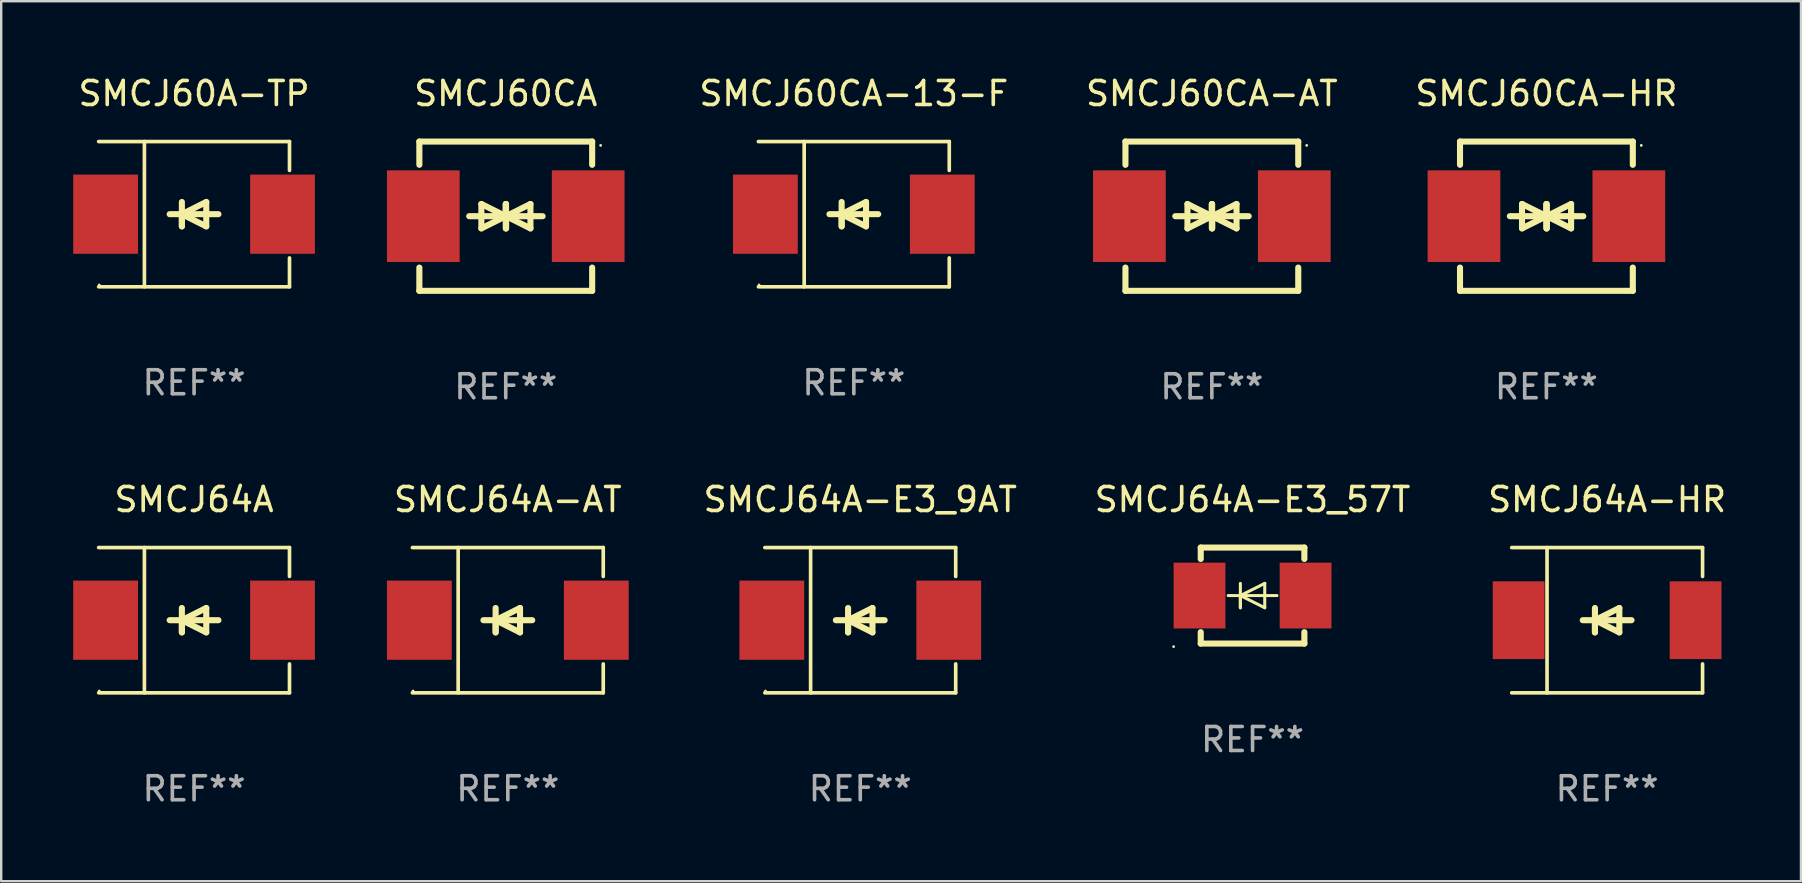
<source format=kicad_pcb>
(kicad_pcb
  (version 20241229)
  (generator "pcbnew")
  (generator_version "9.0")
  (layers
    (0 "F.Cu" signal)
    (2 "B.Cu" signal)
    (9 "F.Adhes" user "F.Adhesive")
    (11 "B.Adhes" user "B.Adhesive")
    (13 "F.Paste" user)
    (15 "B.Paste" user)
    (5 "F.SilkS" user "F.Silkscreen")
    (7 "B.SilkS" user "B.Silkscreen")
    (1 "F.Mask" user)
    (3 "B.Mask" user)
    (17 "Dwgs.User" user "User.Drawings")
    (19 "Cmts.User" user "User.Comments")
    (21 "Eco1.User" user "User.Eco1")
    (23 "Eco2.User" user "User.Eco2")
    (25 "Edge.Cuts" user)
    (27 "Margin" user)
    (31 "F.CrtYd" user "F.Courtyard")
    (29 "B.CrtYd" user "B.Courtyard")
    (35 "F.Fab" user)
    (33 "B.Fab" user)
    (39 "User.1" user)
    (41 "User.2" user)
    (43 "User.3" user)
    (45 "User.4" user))
  (footprint "SMCJ60A-TP"
    (layer "F.Cu")
    (at 5.036 5.874)
    (property "Reference" "SMCJ60A-TP" (at 0 -5.026 0) (layer "F.SilkS") (effects (font (size 1 1) (thickness 0.15))))
    (attr through_hole)
    (fp_line (start -3.976 -3.026) (end 3.976 -3.026) (stroke (width 0.152) (type solid)) (layer "F.SilkS"))
    (fp_line (start -3.976 3.026) (end 3.976 3.026) (stroke (width 0.152) (type solid)) (layer "F.SilkS"))
    (fp_line (start -2.069 -3.026) (end -2.069 3.026) (stroke (width 0.152) (type solid)) (layer "F.SilkS"))
    (fp_line (start -0.508 0) (end -0.508 0.508) (stroke (width 0.254) (type solid)) (layer "F.SilkS"))
    (fp_line (start -0.508 0) (end 0.508 0.508) (stroke (width 0.254) (type solid)) (layer "F.SilkS"))
    (fp_line (start -0.508 0.508) (end -0.508 -0.508) (stroke (width 0.254) (type solid)) (layer "F.SilkS"))
    (fp_line (start 0.508 -0.508) (end -0.508 0) (stroke (width 0.254) (type solid)) (layer "F.SilkS"))
    (fp_line (start 0.508 0.508) (end 0.508 -0.508) (stroke (width 0.254) (type solid)) (layer "F.SilkS"))
    (fp_line (start 1.016 0) (end -1.016 0) (stroke (width 0.254) (type solid)) (layer "F.SilkS"))
    (fp_line (start 3.976 -3.026) (end 3.976 -1.823) (stroke (width 0.152) (type solid)) (layer "F.SilkS"))
    (fp_line (start 3.976 3.026) (end 3.976 1.823) (stroke (width 0.152) (type solid)) (layer "F.SilkS"))
    (fp_circle (center -3.95 2.95) (end -3.92 2.95) (stroke (width 0.06) (type solid)) (fill no) (layer "F.SilkS"))
    (fp_text user "REF**" (at 0 7.026 0) (layer "F.Fab") (effects (font (size 1 1) (thickness 0.15))))
    (pad "1" smd rect (at -3.686 0) (size 2.7 3.3) (layers "F.Cu" "F.Mask" "F.Paste"))
    (pad "2" smd rect (at 3.686 0) (size 2.7 3.3) (layers "F.Cu" "F.Mask" "F.Paste")))
  (footprint "SMCJ60CA"
    (layer "F.Cu")
    (at 18.023 5.958)
    (property "Reference" "SMCJ60CA" (at 0 -5.11 0) (layer "F.SilkS") (effects (font (size 1 1) (thickness 0.15))))
    (attr through_hole)
    (fp_line (start -3.6 -2.141) (end -3.6 -3.11) (stroke (width 0.254) (type solid)) (layer "F.SilkS"))
    (fp_line (start -3.6 3.11) (end -3.6 2.141) (stroke (width 0.254) (type solid)) (layer "F.SilkS"))
    (fp_line (start -1.524 0) (end 0.508 0) (stroke (width 0.254) (type solid)) (layer "F.SilkS"))
    (fp_line (start -1.016 -0.508) (end -1.016 0.508) (stroke (width 0.254) (type solid)) (layer "F.SilkS"))
    (fp_line (start -1.016 0.508) (end 0 0) (stroke (width 0.254) (type solid)) (layer "F.SilkS"))
    (fp_line (start 0 -0.508) (end 0 0.508) (stroke (width 0.254) (type solid)) (layer "F.SilkS"))
    (fp_line (start 0 0) (end -1.016 -0.508) (stroke (width 0.254) (type solid)) (layer "F.SilkS"))
    (fp_line (start 0 0) (end 0 -0.508) (stroke (width 0.254) (type solid)) (layer "F.SilkS"))
    (fp_line (start 0.012 0) (end 0.012 0.508) (stroke (width 0.254) (type solid)) (layer "F.SilkS"))
    (fp_line (start 0.012 0) (end 1.028 0.508) (stroke (width 0.254) (type solid)) (layer "F.SilkS"))
    (fp_line (start 0.012 0.508) (end 0.012 -0.508) (stroke (width 0.254) (type solid)) (layer "F.SilkS"))
    (fp_line (start 1.028 -0.508) (end 0.012 0) (stroke (width 0.254) (type solid)) (layer "F.SilkS"))
    (fp_line (start 1.028 0.508) (end 1.028 -0.508) (stroke (width 0.254) (type solid)) (layer "F.SilkS"))
    (fp_line (start 1.536 0) (end -0.496 0) (stroke (width 0.254) (type solid)) (layer "F.SilkS"))
    (fp_line (start 3.6 -3.11) (end -3.6 -3.11) (stroke (width 0.254) (type solid)) (layer "F.SilkS"))
    (fp_line (start 3.6 -2.141) (end 3.6 -3.11) (stroke (width 0.254) (type solid)) (layer "F.SilkS"))
    (fp_line (start 3.6 3.11) (end -3.6 3.11) (stroke (width 0.254) (type solid)) (layer "F.SilkS"))
    (fp_line (start 3.6 3.11) (end 3.6 2.141) (stroke (width 0.254) (type solid)) (layer "F.SilkS"))
    (fp_circle (center 3.952 -2.95) (end 3.982 -2.95) (stroke (width 0.06) (type solid)) (fill no) (layer "F.SilkS"))
    (fp_text user "REF**" (at 0 7.11 0) (layer "F.Fab") (effects (font (size 1 1) (thickness 0.15))))
    (pad "1" smd rect (at 3.435 0) (size 3.03 3.82) (layers "F.Cu" "F.Mask" "F.Paste"))
    (pad "2" smd rect (at -3.435 0) (size 3.03 3.82) (layers "F.Cu" "F.Mask" "F.Paste")))
  (footprint "SMCJ64A"
    (layer "F.Cu")
    (at 5.036 22.791)
    (property "Reference" "SMCJ64A" (at 0 -5.026 0) (layer "F.SilkS") (effects (font (size 1 1) (thickness 0.15))))
    (attr through_hole)
    (fp_line (start -3.976 -3.026) (end 3.976 -3.026) (stroke (width 0.152) (type solid)) (layer "F.SilkS"))
    (fp_line (start -3.976 3.026) (end 3.976 3.026) (stroke (width 0.152) (type solid)) (layer "F.SilkS"))
    (fp_line (start -2.069 -3.026) (end -2.069 3.026) (stroke (width 0.152) (type solid)) (layer "F.SilkS"))
    (fp_line (start -0.508 0) (end -0.508 0.508) (stroke (width 0.254) (type solid)) (layer "F.SilkS"))
    (fp_line (start -0.508 0) (end 0.508 0.508) (stroke (width 0.254) (type solid)) (layer "F.SilkS"))
    (fp_line (start -0.508 0.508) (end -0.508 -0.508) (stroke (width 0.254) (type solid)) (layer "F.SilkS"))
    (fp_line (start 0.508 -0.508) (end -0.508 0) (stroke (width 0.254) (type solid)) (layer "F.SilkS"))
    (fp_line (start 0.508 0.508) (end 0.508 -0.508) (stroke (width 0.254) (type solid)) (layer "F.SilkS"))
    (fp_line (start 1.016 0) (end -1.016 0) (stroke (width 0.254) (type solid)) (layer "F.SilkS"))
    (fp_line (start 3.976 -3.026) (end 3.976 -1.823) (stroke (width 0.152) (type solid)) (layer "F.SilkS"))
    (fp_line (start 3.976 3.026) (end 3.976 1.823) (stroke (width 0.152) (type solid)) (layer "F.SilkS"))
    (fp_circle (center -3.95 2.95) (end -3.92 2.95) (stroke (width 0.06) (type solid)) (fill no) (layer "F.SilkS"))
    (fp_text user "REF**" (at 0 7.026 0) (layer "F.Fab") (effects (font (size 1 1) (thickness 0.15))))
    (pad "1" smd rect (at -3.686 0) (size 2.7 3.3) (layers "F.Cu" "F.Mask" "F.Paste"))
    (pad "2" smd rect (at 3.686 0) (size 2.7 3.3) (layers "F.Cu" "F.Mask" "F.Paste")))
  (footprint "SMCJ60CA-13-F"
    (layer "F.Cu")
    (at 32.526 5.874)
    (property "Reference" "SMCJ60CA-13-F" (at 0 -5.026 0) (layer "F.SilkS") (effects (font (size 1 1) (thickness 0.15))))
    (attr through_hole)
    (fp_line (start -3.976 -3.026) (end 3.976 -3.026) (stroke (width 0.152) (type solid)) (layer "F.SilkS"))
    (fp_line (start -3.976 3.026) (end 3.976 3.026) (stroke (width 0.152) (type solid)) (layer "F.SilkS"))
    (fp_line (start -2.069 -3.026) (end -2.069 3.026) (stroke (width 0.152) (type solid)) (layer "F.SilkS"))
    (fp_line (start -0.508 0) (end -0.508 0.508) (stroke (width 0.254) (type solid)) (layer "F.SilkS"))
    (fp_line (start -0.508 0) (end 0.508 0.508) (stroke (width 0.254) (type solid)) (layer "F.SilkS"))
    (fp_line (start -0.508 0.508) (end -0.508 -0.508) (stroke (width 0.254) (type solid)) (layer "F.SilkS"))
    (fp_line (start 0.508 -0.508) (end -0.508 0) (stroke (width 0.254) (type solid)) (layer "F.SilkS"))
    (fp_line (start 0.508 0.508) (end 0.508 -0.508) (stroke (width 0.254) (type solid)) (layer "F.SilkS"))
    (fp_line (start 1.016 0) (end -1.016 0) (stroke (width 0.254) (type solid)) (layer "F.SilkS"))
    (fp_line (start 3.976 -3.026) (end 3.976 -1.823) (stroke (width 0.152) (type solid)) (layer "F.SilkS"))
    (fp_line (start 3.976 3.026) (end 3.976 1.823) (stroke (width 0.152) (type solid)) (layer "F.SilkS"))
    (fp_circle (center -3.95 2.95) (end -3.92 2.95) (stroke (width 0.06) (type solid)) (fill no) (layer "F.SilkS"))
    (fp_text user "REF**" (at 0 7.026 0) (layer "F.Fab") (effects (font (size 1 1) (thickness 0.15))))
    (pad "1" smd rect (at -3.686 0) (size 2.7 3.3) (layers "F.Cu" "F.Mask" "F.Paste"))
    (pad "2" smd rect (at 3.686 0) (size 2.7 3.3) (layers "F.Cu" "F.Mask" "F.Paste")))
  (footprint "SMCJ64A-E3_57T"
    (layer "F.Cu")
    (at 49.139 21.765)
    (property "Reference" "SMCJ64A-E3_57T" (at 0 -4 0) (layer "F.SilkS") (effects (font (size 1 1) (thickness 0.15))))
    (attr through_hole)
    (fp_line (start -2.159 -2) (end 2.159 -2) (stroke (width 0.254) (type solid)) (layer "F.SilkS"))
    (fp_line (start -2.159 -1.524) (end -2.159 -2) (stroke (width 0.254) (type solid)) (layer "F.SilkS"))
    (fp_line (start -2.159 1.524) (end -2.159 2) (stroke (width 0.254) (type solid)) (layer "F.SilkS"))
    (fp_line (start -2.159 2) (end 2.159 2) (stroke (width 0.254) (type solid)) (layer "F.SilkS"))
    (fp_line (start -0.508 0) (end -0.508 0.508) (stroke (width 0.127) (type solid)) (layer "F.SilkS"))
    (fp_line (start -0.508 0) (end 0.508 0.508) (stroke (width 0.127) (type solid)) (layer "F.SilkS"))
    (fp_line (start -0.508 0.508) (end -0.508 -0.508) (stroke (width 0.127) (type solid)) (layer "F.SilkS"))
    (fp_line (start 0.508 -0.508) (end -0.508 0) (stroke (width 0.127) (type solid)) (layer "F.SilkS"))
    (fp_line (start 0.508 0.508) (end 0.508 -0.508) (stroke (width 0.127) (type solid)) (layer "F.SilkS"))
    (fp_line (start 1.016 0) (end -1.016 0) (stroke (width 0.127) (type solid)) (layer "F.SilkS"))
    (fp_line (start 2.159 -2) (end 2.159 -1.524) (stroke (width 0.254) (type solid)) (layer "F.SilkS"))
    (fp_line (start 2.159 2) (end 2.159 1.524) (stroke (width 0.254) (type solid)) (layer "F.SilkS"))
    (fp_circle (center -3.289 2.127) (end -3.259 2.127) (stroke (width 0.06) (type solid)) (fill no) (layer "F.SilkS"))
    (fp_text user "REF**" (at 0 6 0) (layer "F.Fab") (effects (font (size 1 1) (thickness 0.15))))
    (pad "1" smd rect (at -2.21 0 180) (size 2.159 2.743) (layers "F.Cu" "F.Mask" "F.Paste"))
    (pad "2" smd rect (at 2.21 0 180) (size 2.159 2.743) (layers "F.Cu" "F.Mask" "F.Paste")))
  (footprint "SMCJ60CA-HR"
    (layer "F.Cu")
    (at 61.383 5.958)
    (property "Reference" "SMCJ60CA-HR" (at 0 -5.11 0) (layer "F.SilkS") (effects (font (size 1 1) (thickness 0.15))))
    (attr through_hole)
    (fp_line (start -3.6 -2.141) (end -3.6 -3.11) (stroke (width 0.254) (type solid)) (layer "F.SilkS"))
    (fp_line (start -3.6 3.11) (end -3.6 2.141) (stroke (width 0.254) (type solid)) (layer "F.SilkS"))
    (fp_line (start -1.524 0) (end 0.508 0) (stroke (width 0.254) (type solid)) (layer "F.SilkS"))
    (fp_line (start -1.016 -0.508) (end -1.016 0.508) (stroke (width 0.254) (type solid)) (layer "F.SilkS"))
    (fp_line (start -1.016 0.508) (end 0 0) (stroke (width 0.254) (type solid)) (layer "F.SilkS"))
    (fp_line (start 0 -0.508) (end 0 0.508) (stroke (width 0.254) (type solid)) (layer "F.SilkS"))
    (fp_line (start 0 0) (end -1.016 -0.508) (stroke (width 0.254) (type solid)) (layer "F.SilkS"))
    (fp_line (start 0 0) (end 0 -0.508) (stroke (width 0.254) (type solid)) (layer "F.SilkS"))
    (fp_line (start 0.012 0) (end 0.012 0.508) (stroke (width 0.254) (type solid)) (layer "F.SilkS"))
    (fp_line (start 0.012 0) (end 1.028 0.508) (stroke (width 0.254) (type solid)) (layer "F.SilkS"))
    (fp_line (start 0.012 0.508) (end 0.012 -0.508) (stroke (width 0.254) (type solid)) (layer "F.SilkS"))
    (fp_line (start 1.028 -0.508) (end 0.012 0) (stroke (width 0.254) (type solid)) (layer "F.SilkS"))
    (fp_line (start 1.028 0.508) (end 1.028 -0.508) (stroke (width 0.254) (type solid)) (layer "F.SilkS"))
    (fp_line (start 1.536 0) (end -0.496 0) (stroke (width 0.254) (type solid)) (layer "F.SilkS"))
    (fp_line (start 3.6 -3.11) (end -3.6 -3.11) (stroke (width 0.254) (type solid)) (layer "F.SilkS"))
    (fp_line (start 3.6 -2.141) (end 3.6 -3.11) (stroke (width 0.254) (type solid)) (layer "F.SilkS"))
    (fp_line (start 3.6 3.11) (end -3.6 3.11) (stroke (width 0.254) (type solid)) (layer "F.SilkS"))
    (fp_line (start 3.6 3.11) (end 3.6 2.141) (stroke (width 0.254) (type solid)) (layer "F.SilkS"))
    (fp_circle (center 3.952 -2.95) (end 3.982 -2.95) (stroke (width 0.06) (type solid)) (fill no) (layer "F.SilkS"))
    (fp_text user "REF**" (at 0 7.11 0) (layer "F.Fab") (effects (font (size 1 1) (thickness 0.15))))
    (pad "1" smd rect (at 3.435 0) (size 3.03 3.82) (layers "F.Cu" "F.Mask" "F.Paste"))
    (pad "2" smd rect (at -3.435 0) (size 3.03 3.82) (layers "F.Cu" "F.Mask" "F.Paste")))
  (footprint "SMCJ64A-AT"
    (layer "F.Cu")
    (at 18.109 22.791)
    (property "Reference" "SMCJ64A-AT" (at 0 -5.026 0) (layer "F.SilkS") (effects (font (size 1 1) (thickness 0.15))))
    (attr through_hole)
    (fp_line (start -3.976 -3.026) (end 3.976 -3.026) (stroke (width 0.152) (type solid)) (layer "F.SilkS"))
    (fp_line (start -3.976 3.026) (end 3.976 3.026) (stroke (width 0.152) (type solid)) (layer "F.SilkS"))
    (fp_line (start -2.069 -3.026) (end -2.069 3.026) (stroke (width 0.152) (type solid)) (layer "F.SilkS"))
    (fp_line (start -0.508 0) (end -0.508 0.508) (stroke (width 0.254) (type solid)) (layer "F.SilkS"))
    (fp_line (start -0.508 0) (end 0.508 0.508) (stroke (width 0.254) (type solid)) (layer "F.SilkS"))
    (fp_line (start -0.508 0.508) (end -0.508 -0.508) (stroke (width 0.254) (type solid)) (layer "F.SilkS"))
    (fp_line (start 0.508 -0.508) (end -0.508 0) (stroke (width 0.254) (type solid)) (layer "F.SilkS"))
    (fp_line (start 0.508 0.508) (end 0.508 -0.508) (stroke (width 0.254) (type solid)) (layer "F.SilkS"))
    (fp_line (start 1.016 0) (end -1.016 0) (stroke (width 0.254) (type solid)) (layer "F.SilkS"))
    (fp_line (start 3.976 -3.026) (end 3.976 -1.823) (stroke (width 0.152) (type solid)) (layer "F.SilkS"))
    (fp_line (start 3.976 3.026) (end 3.976 1.823) (stroke (width 0.152) (type solid)) (layer "F.SilkS"))
    (fp_circle (center -3.95 2.95) (end -3.92 2.95) (stroke (width 0.06) (type solid)) (fill no) (layer "F.SilkS"))
    (fp_text user "REF**" (at 0 7.026 0) (layer "F.Fab") (effects (font (size 1 1) (thickness 0.15))))
    (pad "1" smd rect (at -3.686 0) (size 2.7 3.3) (layers "F.Cu" "F.Mask" "F.Paste"))
    (pad "2" smd rect (at 3.686 0) (size 2.7 3.3) (layers "F.Cu" "F.Mask" "F.Paste")))
  (footprint "SMCJ64A-E3_9AT"
    (layer "F.Cu")
    (at 32.794 22.791)
    (property "Reference" "SMCJ64A-E3_9AT" (at 0 -5.026 0) (layer "F.SilkS") (effects (font (size 1 1) (thickness 0.15))))
    (attr through_hole)
    (fp_line (start -3.976 -3.026) (end 3.976 -3.026) (stroke (width 0.152) (type solid)) (layer "F.SilkS"))
    (fp_line (start -3.976 3.026) (end 3.976 3.026) (stroke (width 0.152) (type solid)) (layer "F.SilkS"))
    (fp_line (start -2.069 -3.026) (end -2.069 3.026) (stroke (width 0.152) (type solid)) (layer "F.SilkS"))
    (fp_line (start -0.508 0) (end -0.508 0.508) (stroke (width 0.254) (type solid)) (layer "F.SilkS"))
    (fp_line (start -0.508 0) (end 0.508 0.508) (stroke (width 0.254) (type solid)) (layer "F.SilkS"))
    (fp_line (start -0.508 0.508) (end -0.508 -0.508) (stroke (width 0.254) (type solid)) (layer "F.SilkS"))
    (fp_line (start 0.508 -0.508) (end -0.508 0) (stroke (width 0.254) (type solid)) (layer "F.SilkS"))
    (fp_line (start 0.508 0.508) (end 0.508 -0.508) (stroke (width 0.254) (type solid)) (layer "F.SilkS"))
    (fp_line (start 1.016 0) (end -1.016 0) (stroke (width 0.254) (type solid)) (layer "F.SilkS"))
    (fp_line (start 3.976 -3.026) (end 3.976 -1.823) (stroke (width 0.152) (type solid)) (layer "F.SilkS"))
    (fp_line (start 3.976 3.026) (end 3.976 1.823) (stroke (width 0.152) (type solid)) (layer "F.SilkS"))
    (fp_circle (center -3.95 2.95) (end -3.92 2.95) (stroke (width 0.06) (type solid)) (fill no) (layer "F.SilkS"))
    (fp_text user "REF**" (at 0 7.026 0) (layer "F.Fab") (effects (font (size 1 1) (thickness 0.15))))
    (pad "1" smd rect (at -3.686 0) (size 2.7 3.3) (layers "F.Cu" "F.Mask" "F.Paste"))
    (pad "2" smd rect (at 3.686 0) (size 2.7 3.3) (layers "F.Cu" "F.Mask" "F.Paste")))
  (footprint "SMCJ60CA-AT"
    (layer "F.Cu")
    (at 47.443 5.958)
    (property "Reference" "SMCJ60CA-AT" (at 0 -5.11 0) (layer "F.SilkS") (effects (font (size 1 1) (thickness 0.15))))
    (attr through_hole)
    (fp_line (start -3.6 -2.141) (end -3.6 -3.11) (stroke (width 0.254) (type solid)) (layer "F.SilkS"))
    (fp_line (start -3.6 3.11) (end -3.6 2.141) (stroke (width 0.254) (type solid)) (layer "F.SilkS"))
    (fp_line (start -1.524 0) (end 0.508 0) (stroke (width 0.254) (type solid)) (layer "F.SilkS"))
    (fp_line (start -1.016 -0.508) (end -1.016 0.508) (stroke (width 0.254) (type solid)) (layer "F.SilkS"))
    (fp_line (start -1.016 0.508) (end 0 0) (stroke (width 0.254) (type solid)) (layer "F.SilkS"))
    (fp_line (start 0 -0.508) (end 0 0.508) (stroke (width 0.254) (type solid)) (layer "F.SilkS"))
    (fp_line (start 0 0) (end -1.016 -0.508) (stroke (width 0.254) (type solid)) (layer "F.SilkS"))
    (fp_line (start 0 0) (end 0 -0.508) (stroke (width 0.254) (type solid)) (layer "F.SilkS"))
    (fp_line (start 0.012 0) (end 0.012 0.508) (stroke (width 0.254) (type solid)) (layer "F.SilkS"))
    (fp_line (start 0.012 0) (end 1.028 0.508) (stroke (width 0.254) (type solid)) (layer "F.SilkS"))
    (fp_line (start 0.012 0.508) (end 0.012 -0.508) (stroke (width 0.254) (type solid)) (layer "F.SilkS"))
    (fp_line (start 1.028 -0.508) (end 0.012 0) (stroke (width 0.254) (type solid)) (layer "F.SilkS"))
    (fp_line (start 1.028 0.508) (end 1.028 -0.508) (stroke (width 0.254) (type solid)) (layer "F.SilkS"))
    (fp_line (start 1.536 0) (end -0.496 0) (stroke (width 0.254) (type solid)) (layer "F.SilkS"))
    (fp_line (start 3.6 -3.11) (end -3.6 -3.11) (stroke (width 0.254) (type solid)) (layer "F.SilkS"))
    (fp_line (start 3.6 -2.141) (end 3.6 -3.11) (stroke (width 0.254) (type solid)) (layer "F.SilkS"))
    (fp_line (start 3.6 3.11) (end -3.6 3.11) (stroke (width 0.254) (type solid)) (layer "F.SilkS"))
    (fp_line (start 3.6 3.11) (end 3.6 2.141) (stroke (width 0.254) (type solid)) (layer "F.SilkS"))
    (fp_circle (center 3.952 -2.95) (end 3.982 -2.95) (stroke (width 0.06) (type solid)) (fill no) (layer "F.SilkS"))
    (fp_text user "REF**" (at 0 7.11 0) (layer "F.Fab") (effects (font (size 1 1) (thickness 0.15))))
    (pad "1" smd rect (at 3.435 0) (size 3.03 3.82) (layers "F.Cu" "F.Mask" "F.Paste"))
    (pad "2" smd rect (at -3.435 0) (size 3.03 3.82) (layers "F.Cu" "F.Mask" "F.Paste")))
  (footprint "SMCJ64A-HR"
    (layer "F.Cu")
    (at 63.913 22.791)
    (property "Reference" "SMCJ64A-HR" (at 0 -5.026 0) (layer "F.SilkS") (effects (font (size 1 1) (thickness 0.15))))
    (attr through_hole)
    (fp_line (start -3.976 -3.026) (end 3.976 -3.026) (stroke (width 0.152) (type solid)) (layer "F.SilkS"))
    (fp_line (start -3.976 3.026) (end 3.976 3.026) (stroke (width 0.152) (type solid)) (layer "F.SilkS"))
    (fp_line (start -2.504 -3.026) (end -2.504 3.026) (stroke (width 0.152) (type solid)) (layer "F.SilkS"))
    (fp_line (start -0.508 0) (end -0.508 0.508) (stroke (width 0.254) (type solid)) (layer "F.SilkS"))
    (fp_line (start -0.508 0) (end 0.508 0.508) (stroke (width 0.254) (type solid)) (layer "F.SilkS"))
    (fp_line (start -0.508 0.508) (end -0.508 -0.508) (stroke (width 0.254) (type solid)) (layer "F.SilkS"))
    (fp_line (start 0.508 -0.508) (end -0.508 0) (stroke (width 0.254) (type solid)) (layer "F.SilkS"))
    (fp_line (start 0.508 0.508) (end 0.508 -0.508) (stroke (width 0.254) (type solid)) (layer "F.SilkS"))
    (fp_line (start 1.016 0) (end -1.016 0) (stroke (width 0.254) (type solid)) (layer "F.SilkS"))
    (fp_line (start 3.976 -3.026) (end 3.976 -1.823) (stroke (width 0.152) (type solid)) (layer "F.SilkS"))
    (fp_line (start 3.976 3.026) (end 3.976 1.823) (stroke (width 0.152) (type solid)) (layer "F.SilkS"))
    (fp_circle (center 3.95 -2.95) (end 3.98 -2.95) (stroke (width 0.06) (type solid)) (fill no) (layer "F.SilkS"))
    (fp_text user "REF**" (at 0 7.026 0) (layer "F.Fab") (effects (font (size 1 1) (thickness 0.15))))
    (pad "1" smd rect (at 3.686 0 180) (size 2.158 3.24) (layers "F.Cu" "F.Mask" "F.Paste"))
    (pad "2" smd rect (at -3.686 0 180) (size 2.158 3.24) (layers "F.Cu" "F.Mask" "F.Paste")))
  (gr_rect
    (start -3 -3)
    (end 71.99 33.665)
    (stroke (width 0.1) (type default))
    (fill no)
    (layer "Edge.Cuts")))
</source>
